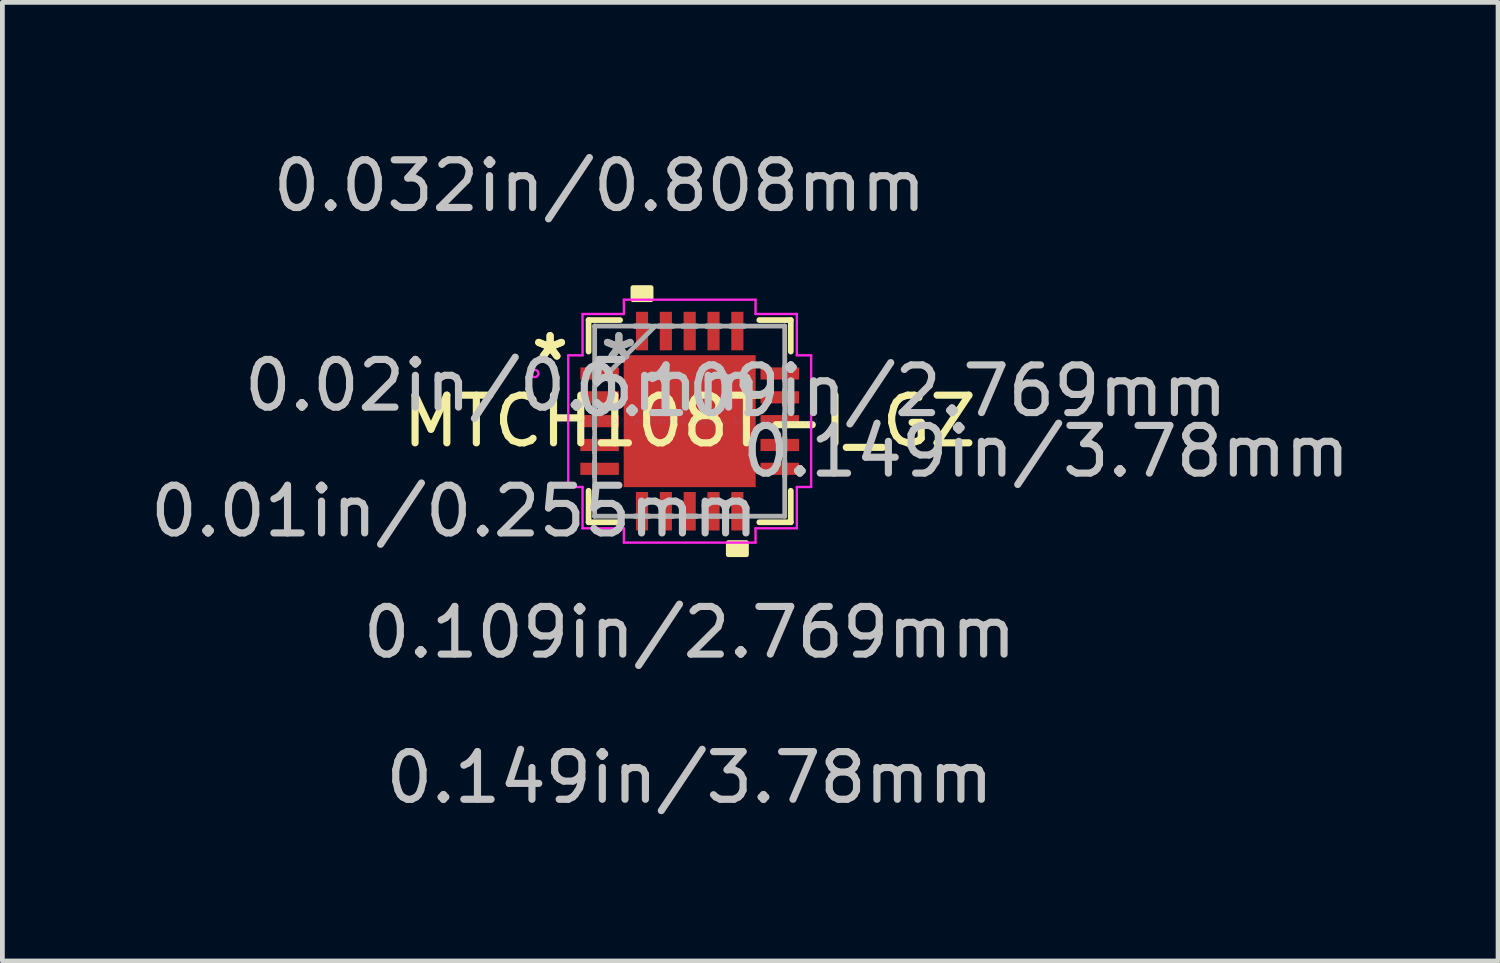
<source format=kicad_pcb>
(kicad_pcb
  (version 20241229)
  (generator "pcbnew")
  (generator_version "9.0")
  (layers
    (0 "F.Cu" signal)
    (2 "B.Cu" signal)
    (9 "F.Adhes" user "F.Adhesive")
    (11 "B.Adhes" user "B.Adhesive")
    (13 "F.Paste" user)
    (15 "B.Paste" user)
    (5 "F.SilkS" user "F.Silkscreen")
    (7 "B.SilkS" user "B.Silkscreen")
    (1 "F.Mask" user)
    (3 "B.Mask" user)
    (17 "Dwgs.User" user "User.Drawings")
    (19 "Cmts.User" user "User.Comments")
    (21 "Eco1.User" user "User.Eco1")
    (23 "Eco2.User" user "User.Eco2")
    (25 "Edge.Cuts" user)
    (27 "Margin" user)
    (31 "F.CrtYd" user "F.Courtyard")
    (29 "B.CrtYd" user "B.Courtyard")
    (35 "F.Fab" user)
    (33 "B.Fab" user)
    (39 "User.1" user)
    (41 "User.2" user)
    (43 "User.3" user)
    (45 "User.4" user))
  (footprint "MTCH108T-I_GZ"
    (layer "F.Cu")
    (at 11.42 5.786)
    (property "Reference" "MTCH108T-I_GZ" (at 0 0 180) (layer "F.SilkS") (effects (font (size 1 1) (thickness 0.15))))
    (attr through_hole)
    (fp_line (start -2.121 -2.121) (end -2.121 -1.46) (stroke (width 0.12) (type solid)) (layer "F.SilkS"))
    (fp_line (start -2.121 1.46) (end -2.121 2.121) (stroke (width 0.12) (type solid)) (layer "F.SilkS"))
    (fp_line (start -2.121 2.121) (end -1.46 2.121) (stroke (width 0.12) (type solid)) (layer "F.SilkS"))
    (fp_line (start -1.46 -2.121) (end -2.121 -2.121) (stroke (width 0.12) (type solid)) (layer "F.SilkS"))
    (fp_line (start 1.46 2.121) (end 2.121 2.121) (stroke (width 0.12) (type solid)) (layer "F.SilkS"))
    (fp_line (start 2.121 -2.121) (end 1.46 -2.121) (stroke (width 0.12) (type solid)) (layer "F.SilkS"))
    (fp_line (start 2.121 -1.46) (end 2.121 -2.121) (stroke (width 0.12) (type solid)) (layer "F.SilkS"))
    (fp_line (start 2.121 2.121) (end 2.121 1.46) (stroke (width 0.12) (type solid)) (layer "F.SilkS"))
    (fp_poly (pts (xy -1.191 -2.548) (xy -1.191 -2.802) (xy -0.81 -2.802) (xy -0.81 -2.548)) (stroke (width 0.1) (type solid)) (fill yes) (layer "F.SilkS"))
    (fp_poly (pts (xy 0.81 2.548) (xy 0.81 2.802) (xy 1.191 2.802) (xy 1.191 2.548)) (stroke (width 0.1) (type solid)) (fill yes) (layer "F.SilkS"))
    (fp_poly (pts (xy -1.284 -1.284) (xy -1.284 -0.1) (xy -0.1 -0.1) (xy -0.1 -1.284)) (stroke (width 0.1) (type solid)) (fill yes) (layer "F.Paste"))
    (fp_poly (pts (xy -1.284 0.1) (xy -1.284 1.284) (xy -0.1 1.284) (xy -0.1 0.1)) (stroke (width 0.1) (type solid)) (fill yes) (layer "F.Paste"))
    (fp_poly (pts (xy 0.1 -1.284) (xy 0.1 -0.1) (xy 1.284 -0.1) (xy 1.284 -1.284)) (stroke (width 0.1) (type solid)) (fill yes) (layer "F.Paste"))
    (fp_poly (pts (xy 0.1 0.1) (xy 0.1 1.284) (xy 1.284 1.284) (xy 1.284 0.1)) (stroke (width 0.1) (type solid)) (fill yes) (layer "F.Paste"))
    (fp_line (start -2.548 -1.381) (end -2.248 -1.381) (stroke (width 0.05) (type solid)) (layer "F.CrtYd"))
    (fp_line (start -2.548 1.381) (end -2.548 -1.381) (stroke (width 0.05) (type solid)) (layer "F.CrtYd"))
    (fp_line (start -2.248 -2.248) (end -1.381 -2.248) (stroke (width 0.05) (type solid)) (layer "F.CrtYd"))
    (fp_line (start -2.248 -1.381) (end -2.248 -2.248) (stroke (width 0.05) (type solid)) (layer "F.CrtYd"))
    (fp_line (start -2.248 1.381) (end -2.548 1.381) (stroke (width 0.05) (type solid)) (layer "F.CrtYd"))
    (fp_line (start -2.248 2.248) (end -2.248 1.381) (stroke (width 0.05) (type solid)) (layer "F.CrtYd"))
    (fp_line (start -1.381 -2.548) (end 1.381 -2.548) (stroke (width 0.05) (type solid)) (layer "F.CrtYd"))
    (fp_line (start -1.381 -2.248) (end -1.381 -2.548) (stroke (width 0.05) (type solid)) (layer "F.CrtYd"))
    (fp_line (start -1.381 2.248) (end -2.248 2.248) (stroke (width 0.05) (type solid)) (layer "F.CrtYd"))
    (fp_line (start -1.381 2.548) (end -1.381 2.248) (stroke (width 0.05) (type solid)) (layer "F.CrtYd"))
    (fp_line (start 1.381 -2.548) (end 1.381 -2.248) (stroke (width 0.05) (type solid)) (layer "F.CrtYd"))
    (fp_line (start 1.381 -2.248) (end 2.248 -2.248) (stroke (width 0.05) (type solid)) (layer "F.CrtYd"))
    (fp_line (start 1.381 2.248) (end 1.381 2.548) (stroke (width 0.05) (type solid)) (layer "F.CrtYd"))
    (fp_line (start 1.381 2.548) (end -1.381 2.548) (stroke (width 0.05) (type solid)) (layer "F.CrtYd"))
    (fp_line (start 2.248 -2.248) (end 2.248 -1.381) (stroke (width 0.05) (type solid)) (layer "F.CrtYd"))
    (fp_line (start 2.248 -1.381) (end 2.548 -1.381) (stroke (width 0.05) (type solid)) (layer "F.CrtYd"))
    (fp_line (start 2.248 1.381) (end 2.248 2.248) (stroke (width 0.05) (type solid)) (layer "F.CrtYd"))
    (fp_line (start 2.248 2.248) (end 1.381 2.248) (stroke (width 0.05) (type solid)) (layer "F.CrtYd"))
    (fp_line (start 2.548 -1.381) (end 2.548 1.381) (stroke (width 0.05) (type solid)) (layer "F.CrtYd"))
    (fp_line (start 2.548 1.381) (end 2.248 1.381) (stroke (width 0.05) (type solid)) (layer "F.CrtYd"))
    (fp_circle (center -3.249 -1) (end -3.173 -1) (stroke (width 0.05) (type solid)) (fill no) (layer "F.CrtYd"))
    (fp_line (start -1.994 -1.994) (end -1.994 -1.994) (stroke (width 0.1) (type solid)) (layer "F.Fab"))
    (fp_line (start -1.994 -1.994) (end -1.994 1.994) (stroke (width 0.1) (type solid)) (layer "F.Fab"))
    (fp_line (start -1.994 -1.152) (end -1.994 -1.152) (stroke (width 0.1) (type solid)) (layer "F.Fab"))
    (fp_line (start -1.994 -1.152) (end -1.994 -0.848) (stroke (width 0.1) (type solid)) (layer "F.Fab"))
    (fp_line (start -1.994 -0.848) (end -1.994 -1.152) (stroke (width 0.1) (type solid)) (layer "F.Fab"))
    (fp_line (start -1.994 -0.848) (end -1.994 -0.848) (stroke (width 0.1) (type solid)) (layer "F.Fab"))
    (fp_line (start -1.994 -0.724) (end -0.724 -1.994) (stroke (width 0.1) (type solid)) (layer "F.Fab"))
    (fp_line (start -1.994 -0.652) (end -1.994 -0.652) (stroke (width 0.1) (type solid)) (layer "F.Fab"))
    (fp_line (start -1.994 -0.652) (end -1.994 -0.348) (stroke (width 0.1) (type solid)) (layer "F.Fab"))
    (fp_line (start -1.994 -0.348) (end -1.994 -0.652) (stroke (width 0.1) (type solid)) (layer "F.Fab"))
    (fp_line (start -1.994 -0.348) (end -1.994 -0.348) (stroke (width 0.1) (type solid)) (layer "F.Fab"))
    (fp_line (start -1.994 -0.152) (end -1.994 -0.152) (stroke (width 0.1) (type solid)) (layer "F.Fab"))
    (fp_line (start -1.994 -0.152) (end -1.994 0.152) (stroke (width 0.1) (type solid)) (layer "F.Fab"))
    (fp_line (start -1.994 0.152) (end -1.994 -0.152) (stroke (width 0.1) (type solid)) (layer "F.Fab"))
    (fp_line (start -1.994 0.152) (end -1.994 0.152) (stroke (width 0.1) (type solid)) (layer "F.Fab"))
    (fp_line (start -1.994 0.348) (end -1.994 0.348) (stroke (width 0.1) (type solid)) (layer "F.Fab"))
    (fp_line (start -1.994 0.348) (end -1.994 0.652) (stroke (width 0.1) (type solid)) (layer "F.Fab"))
    (fp_line (start -1.994 0.652) (end -1.994 0.348) (stroke (width 0.1) (type solid)) (layer "F.Fab"))
    (fp_line (start -1.994 0.652) (end -1.994 0.652) (stroke (width 0.1) (type solid)) (layer "F.Fab"))
    (fp_line (start -1.994 0.848) (end -1.994 0.848) (stroke (width 0.1) (type solid)) (layer "F.Fab"))
    (fp_line (start -1.994 0.848) (end -1.994 1.152) (stroke (width 0.1) (type solid)) (layer "F.Fab"))
    (fp_line (start -1.994 1.152) (end -1.994 0.848) (stroke (width 0.1) (type solid)) (layer "F.Fab"))
    (fp_line (start -1.994 1.152) (end -1.994 1.152) (stroke (width 0.1) (type solid)) (layer "F.Fab"))
    (fp_line (start -1.994 1.994) (end -1.994 1.994) (stroke (width 0.1) (type solid)) (layer "F.Fab"))
    (fp_line (start -1.994 1.994) (end 1.994 1.994) (stroke (width 0.1) (type solid)) (layer "F.Fab"))
    (fp_line (start -1.152 -1.994) (end -1.152 -1.994) (stroke (width 0.1) (type solid)) (layer "F.Fab"))
    (fp_line (start -1.152 -1.994) (end -0.848 -1.994) (stroke (width 0.1) (type solid)) (layer "F.Fab"))
    (fp_line (start -1.152 1.994) (end -1.152 1.994) (stroke (width 0.1) (type solid)) (layer "F.Fab"))
    (fp_line (start -1.152 1.994) (end -0.848 1.994) (stroke (width 0.1) (type solid)) (layer "F.Fab"))
    (fp_line (start -0.848 -1.994) (end -1.152 -1.994) (stroke (width 0.1) (type solid)) (layer "F.Fab"))
    (fp_line (start -0.848 -1.994) (end -0.848 -1.994) (stroke (width 0.1) (type solid)) (layer "F.Fab"))
    (fp_line (start -0.848 1.994) (end -1.152 1.994) (stroke (width 0.1) (type solid)) (layer "F.Fab"))
    (fp_line (start -0.848 1.994) (end -0.848 1.994) (stroke (width 0.1) (type solid)) (layer "F.Fab"))
    (fp_line (start -0.652 -1.994) (end -0.652 -1.994) (stroke (width 0.1) (type solid)) (layer "F.Fab"))
    (fp_line (start -0.652 -1.994) (end -0.348 -1.994) (stroke (width 0.1) (type solid)) (layer "F.Fab"))
    (fp_line (start -0.652 1.994) (end -0.652 1.994) (stroke (width 0.1) (type solid)) (layer "F.Fab"))
    (fp_line (start -0.652 1.994) (end -0.348 1.994) (stroke (width 0.1) (type solid)) (layer "F.Fab"))
    (fp_line (start -0.348 -1.994) (end -0.652 -1.994) (stroke (width 0.1) (type solid)) (layer "F.Fab"))
    (fp_line (start -0.348 -1.994) (end -0.348 -1.994) (stroke (width 0.1) (type solid)) (layer "F.Fab"))
    (fp_line (start -0.348 1.994) (end -0.652 1.994) (stroke (width 0.1) (type solid)) (layer "F.Fab"))
    (fp_line (start -0.348 1.994) (end -0.348 1.994) (stroke (width 0.1) (type solid)) (layer "F.Fab"))
    (fp_line (start -0.152 -1.994) (end -0.152 -1.994) (stroke (width 0.1) (type solid)) (layer "F.Fab"))
    (fp_line (start -0.152 -1.994) (end 0.152 -1.994) (stroke (width 0.1) (type solid)) (layer "F.Fab"))
    (fp_line (start -0.152 1.994) (end -0.152 1.994) (stroke (width 0.1) (type solid)) (layer "F.Fab"))
    (fp_line (start -0.152 1.994) (end 0.152 1.994) (stroke (width 0.1) (type solid)) (layer "F.Fab"))
    (fp_line (start 0.152 -1.994) (end -0.152 -1.994) (stroke (width 0.1) (type solid)) (layer "F.Fab"))
    (fp_line (start 0.152 -1.994) (end 0.152 -1.994) (stroke (width 0.1) (type solid)) (layer "F.Fab"))
    (fp_line (start 0.152 1.994) (end -0.152 1.994) (stroke (width 0.1) (type solid)) (layer "F.Fab"))
    (fp_line (start 0.152 1.994) (end 0.152 1.994) (stroke (width 0.1) (type solid)) (layer "F.Fab"))
    (fp_line (start 0.348 -1.994) (end 0.348 -1.994) (stroke (width 0.1) (type solid)) (layer "F.Fab"))
    (fp_line (start 0.348 -1.994) (end 0.652 -1.994) (stroke (width 0.1) (type solid)) (layer "F.Fab"))
    (fp_line (start 0.348 1.994) (end 0.348 1.994) (stroke (width 0.1) (type solid)) (layer "F.Fab"))
    (fp_line (start 0.348 1.994) (end 0.652 1.994) (stroke (width 0.1) (type solid)) (layer "F.Fab"))
    (fp_line (start 0.652 -1.994) (end 0.348 -1.994) (stroke (width 0.1) (type solid)) (layer "F.Fab"))
    (fp_line (start 0.652 -1.994) (end 0.652 -1.994) (stroke (width 0.1) (type solid)) (layer "F.Fab"))
    (fp_line (start 0.652 1.994) (end 0.348 1.994) (stroke (width 0.1) (type solid)) (layer "F.Fab"))
    (fp_line (start 0.652 1.994) (end 0.652 1.994) (stroke (width 0.1) (type solid)) (layer "F.Fab"))
    (fp_line (start 0.848 -1.994) (end 0.848 -1.994) (stroke (width 0.1) (type solid)) (layer "F.Fab"))
    (fp_line (start 0.848 -1.994) (end 1.152 -1.994) (stroke (width 0.1) (type solid)) (layer "F.Fab"))
    (fp_line (start 0.848 1.994) (end 0.848 1.994) (stroke (width 0.1) (type solid)) (layer "F.Fab"))
    (fp_line (start 0.848 1.994) (end 1.152 1.994) (stroke (width 0.1) (type solid)) (layer "F.Fab"))
    (fp_line (start 1.152 -1.994) (end 0.848 -1.994) (stroke (width 0.1) (type solid)) (layer "F.Fab"))
    (fp_line (start 1.152 -1.994) (end 1.152 -1.994) (stroke (width 0.1) (type solid)) (layer "F.Fab"))
    (fp_line (start 1.152 1.994) (end 0.848 1.994) (stroke (width 0.1) (type solid)) (layer "F.Fab"))
    (fp_line (start 1.152 1.994) (end 1.152 1.994) (stroke (width 0.1) (type solid)) (layer "F.Fab"))
    (fp_line (start 1.994 -1.994) (end -1.994 -1.994) (stroke (width 0.1) (type solid)) (layer "F.Fab"))
    (fp_line (start 1.994 -1.994) (end 1.994 -1.994) (stroke (width 0.1) (type solid)) (layer "F.Fab"))
    (fp_line (start 1.994 -1.152) (end 1.994 -1.152) (stroke (width 0.1) (type solid)) (layer "F.Fab"))
    (fp_line (start 1.994 -1.152) (end 1.994 -0.848) (stroke (width 0.1) (type solid)) (layer "F.Fab"))
    (fp_line (start 1.994 -0.848) (end 1.994 -1.152) (stroke (width 0.1) (type solid)) (layer "F.Fab"))
    (fp_line (start 1.994 -0.848) (end 1.994 -0.848) (stroke (width 0.1) (type solid)) (layer "F.Fab"))
    (fp_line (start 1.994 -0.652) (end 1.994 -0.652) (stroke (width 0.1) (type solid)) (layer "F.Fab"))
    (fp_line (start 1.994 -0.652) (end 1.994 -0.348) (stroke (width 0.1) (type solid)) (layer "F.Fab"))
    (fp_line (start 1.994 -0.348) (end 1.994 -0.652) (stroke (width 0.1) (type solid)) (layer "F.Fab"))
    (fp_line (start 1.994 -0.348) (end 1.994 -0.348) (stroke (width 0.1) (type solid)) (layer "F.Fab"))
    (fp_line (start 1.994 -0.152) (end 1.994 -0.152) (stroke (width 0.1) (type solid)) (layer "F.Fab"))
    (fp_line (start 1.994 -0.152) (end 1.994 0.152) (stroke (width 0.1) (type solid)) (layer "F.Fab"))
    (fp_line (start 1.994 0.152) (end 1.994 -0.152) (stroke (width 0.1) (type solid)) (layer "F.Fab"))
    (fp_line (start 1.994 0.152) (end 1.994 0.152) (stroke (width 0.1) (type solid)) (layer "F.Fab"))
    (fp_line (start 1.994 0.348) (end 1.994 0.348) (stroke (width 0.1) (type solid)) (layer "F.Fab"))
    (fp_line (start 1.994 0.348) (end 1.994 0.652) (stroke (width 0.1) (type solid)) (layer "F.Fab"))
    (fp_line (start 1.994 0.652) (end 1.994 0.348) (stroke (width 0.1) (type solid)) (layer "F.Fab"))
    (fp_line (start 1.994 0.652) (end 1.994 0.652) (stroke (width 0.1) (type solid)) (layer "F.Fab"))
    (fp_line (start 1.994 0.848) (end 1.994 0.848) (stroke (width 0.1) (type solid)) (layer "F.Fab"))
    (fp_line (start 1.994 0.848) (end 1.994 1.152) (stroke (width 0.1) (type solid)) (layer "F.Fab"))
    (fp_line (start 1.994 1.152) (end 1.994 0.848) (stroke (width 0.1) (type solid)) (layer "F.Fab"))
    (fp_line (start 1.994 1.152) (end 1.994 1.152) (stroke (width 0.1) (type solid)) (layer "F.Fab"))
    (fp_line (start 1.994 1.994) (end 1.994 -1.994) (stroke (width 0.1) (type solid)) (layer "F.Fab"))
    (fp_line (start 1.994 1.994) (end 1.994 1.994) (stroke (width 0.1) (type solid)) (layer "F.Fab"))
    (fp_text user "*" (at -2.929 -1.25 180) (layer "F.SilkS") (effects (font (size 1 1) (thickness 0.15))))
    (fp_text user "*" (at -2.929 -1.25 180) (layer "F.SilkS") (effects (font (size 1 1) (thickness 0.15))))
    (fp_text user "0.109in/2.769mm" (at 0 4.432 180) (layer "Dwgs.User") (effects (font (size 1 1) (thickness 0.15))))
    (fp_text user "0.02in/0.5mm" (at -3.922 -0.75 180) (layer "Dwgs.User") (effects (font (size 1 1) (thickness 0.15))))
    (fp_text user "0.032in/0.808mm" (at -1.89 -4.938 180) (layer "Dwgs.User") (effects (font (size 1 1) (thickness 0.15))))
    (fp_text user "0.149in/3.78mm" (at 0 7.478 180) (layer "Dwgs.User") (effects (font (size 1 1) (thickness 0.15))))
    (fp_text user "0.109in/2.769mm" (at 4.432 -0.635 180) (layer "Dwgs.User") (effects (font (size 1 1) (thickness 0.15))))
    (fp_text user "0.149in/3.78mm" (at 7.478 0.635 180) (layer "Dwgs.User") (effects (font (size 1 1) (thickness 0.15))))
    (fp_text user "0.01in/0.255mm" (at -4.938 1.89 180) (layer "Dwgs.User") (effects (font (size 1 1) (thickness 0.15))))
    (fp_text user "Copyright 2021 Accelerated Designs. All rights reserved." (at 0 0 180) (layer "Cmts.User") (effects (font (size 0.127 0.127) (thickness 0.002))))
    (fp_text user "*" (at -1.486 -1.25 180) (layer "F.Fab") (effects (font (size 1 1) (thickness 0.15))))
    (fp_text user "*" (at -1.486 -1.25 180) (layer "F.Fab") (effects (font (size 1 1) (thickness 0.15))))
    (pad "1" smd rect (at -1.89 -1 90) (size 0.255 0.808) (layers "F.Cu" "F.Mask" "F.Paste"))
    (pad "2" smd rect (at -1.89 -0.5 90) (size 0.255 0.808) (layers "F.Cu" "F.Mask" "F.Paste"))
    (pad "3" smd rect (at -1.89 0 90) (size 0.255 0.808) (layers "F.Cu" "F.Mask" "F.Paste"))
    (pad "4" smd rect (at -1.89 0.5 90) (size 0.255 0.808) (layers "F.Cu" "F.Mask" "F.Paste"))
    (pad "5" smd rect (at -1.89 1 90) (size 0.255 0.808) (layers "F.Cu" "F.Mask" "F.Paste"))
    (pad "6" smd rect (at -1 1.89) (size 0.255 0.808) (layers "F.Cu" "F.Mask" "F.Paste"))
    (pad "7" smd rect (at -0.5 1.89) (size 0.255 0.808) (layers "F.Cu" "F.Mask" "F.Paste"))
    (pad "8" smd rect (at 0 1.89) (size 0.255 0.808) (layers "F.Cu" "F.Mask" "F.Paste"))
    (pad "9" smd rect (at 0.5 1.89) (size 0.255 0.808) (layers "F.Cu" "F.Mask" "F.Paste"))
    (pad "10" smd rect (at 1 1.89) (size 0.255 0.808) (layers "F.Cu" "F.Mask" "F.Paste"))
    (pad "11" smd rect (at 1.89 1 90) (size 0.255 0.808) (layers "F.Cu" "F.Mask" "F.Paste"))
    (pad "12" smd rect (at 1.89 0.5 90) (size 0.255 0.808) (layers "F.Cu" "F.Mask" "F.Paste"))
    (pad "13" smd rect (at 1.89 0 90) (size 0.255 0.808) (layers "F.Cu" "F.Mask" "F.Paste"))
    (pad "14" smd rect (at 1.89 -0.5 90) (size 0.255 0.808) (layers "F.Cu" "F.Mask" "F.Paste"))
    (pad "15" smd rect (at 1.89 -1 90) (size 0.255 0.808) (layers "F.Cu" "F.Mask" "F.Paste"))
    (pad "16" smd rect (at 1 -1.89) (size 0.255 0.808) (layers "F.Cu" "F.Mask" "F.Paste"))
    (pad "17" smd rect (at 0.5 -1.89) (size 0.255 0.808) (layers "F.Cu" "F.Mask" "F.Paste"))
    (pad "18" smd rect (at 0 -1.89) (size 0.255 0.808) (layers "F.Cu" "F.Mask" "F.Paste"))
    (pad "19" smd rect (at -0.5 -1.89) (size 0.255 0.808) (layers "F.Cu" "F.Mask" "F.Paste"))
    (pad "20" smd rect (at -1 -1.89) (size 0.255 0.808) (layers "F.Cu" "F.Mask" "F.Paste"))
    (pad "21" smd rect (at 0 0) (size 2.769 2.769) (layers "F.Cu" "F.Mask" "F.Paste")))
  (gr_rect
    (start -3 -3)
    (end 28.38 17.112)
    (stroke (width 0.1) (type default))
    (fill no)
    (layer "Edge.Cuts")))
</source>
